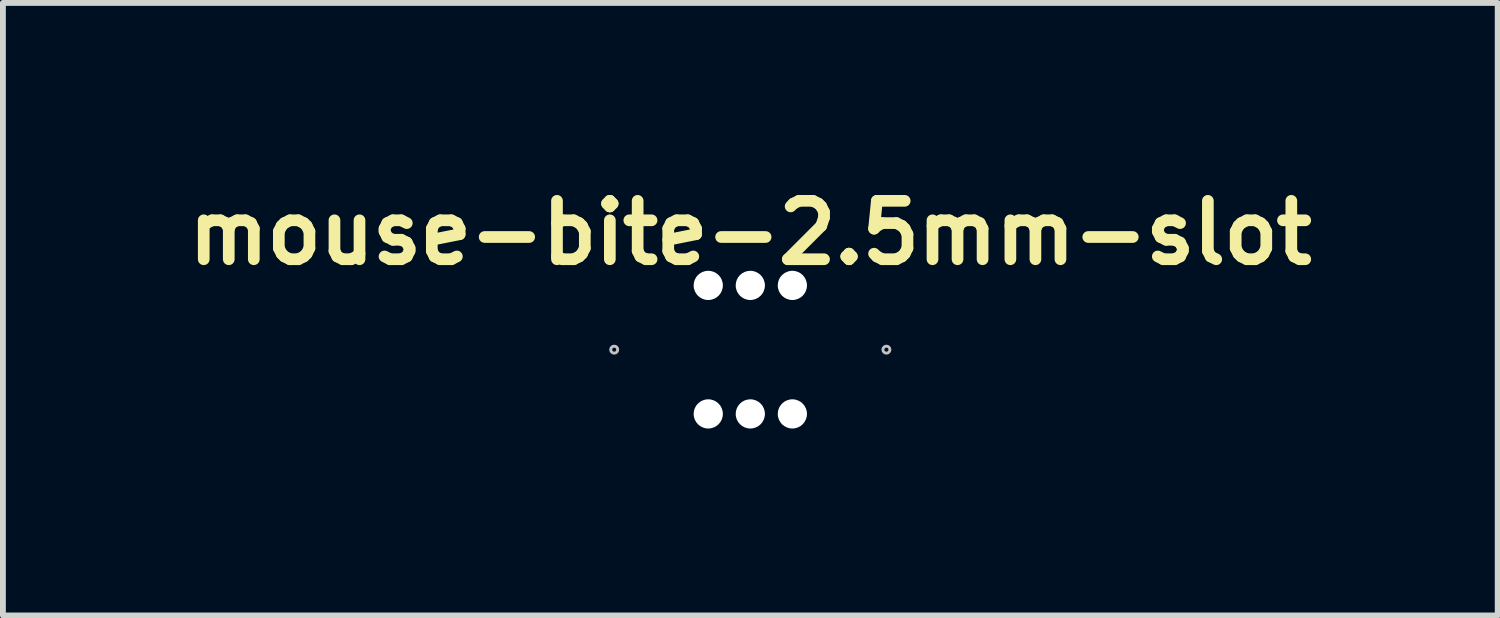
<source format=kicad_pcb>
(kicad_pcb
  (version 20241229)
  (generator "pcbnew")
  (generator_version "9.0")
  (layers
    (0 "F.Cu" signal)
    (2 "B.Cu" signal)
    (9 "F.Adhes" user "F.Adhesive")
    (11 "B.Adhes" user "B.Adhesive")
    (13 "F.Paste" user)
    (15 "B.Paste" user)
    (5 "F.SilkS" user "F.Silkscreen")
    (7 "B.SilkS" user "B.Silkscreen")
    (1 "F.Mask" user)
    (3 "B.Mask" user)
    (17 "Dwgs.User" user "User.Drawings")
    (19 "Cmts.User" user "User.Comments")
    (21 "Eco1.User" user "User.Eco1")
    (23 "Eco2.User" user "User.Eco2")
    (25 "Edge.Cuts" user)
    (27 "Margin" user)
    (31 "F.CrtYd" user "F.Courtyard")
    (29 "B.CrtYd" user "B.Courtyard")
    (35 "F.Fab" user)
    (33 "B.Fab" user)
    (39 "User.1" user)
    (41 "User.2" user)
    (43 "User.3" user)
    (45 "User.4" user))
  (footprint "mouse-bite-2.5mm-slot"
    (layer "F.Cu")
    (at 9.795 2.936)
    (property "Reference" "mouse-bite-2.5mm-slot" (at 0 -2 0) (layer "F.SilkS") (effects (font (size 1 1) (thickness 0.2))))
    (attr through_hole)
    (fp_circle (center -2.33 0) (end -2.27 0) (stroke (width 0.05) (type solid)) (fill no) (layer "Dwgs.User"))
    (fp_circle (center 2.33 0) (end 2.33 -0.06) (stroke (width 0.05) (type solid)) (fill no) (layer "Dwgs.User"))
    (fp_arc (start -2.25 -1.25) (mid -1 0) (end -2.25 1.25) (stroke (width 0.6) (type solid)) (layer "Eco1.User"))
    (fp_arc (start 2.25 1.25) (mid 1 0) (end 2.25 -1.25) (stroke (width 0.6) (type solid)) (layer "Eco1.User"))
    (pad "" np_thru_hole circle (at -0.72 -1.1) (size 0.5 0.5) (drill 0.5) (layers "*.Cu" "*.Mask"))
    (pad "" np_thru_hole circle (at -0.72 1.1) (size 0.5 0.5) (drill 0.5) (layers "*.Cu" "*.Mask"))
    (pad "" np_thru_hole circle (at 0 -1.1) (size 0.5 0.5) (drill 0.5) (layers "*.Cu" "*.Mask"))
    (pad "" np_thru_hole circle (at 0 1.1) (size 0.5 0.5) (drill 0.5) (layers "*.Cu" "*.Mask"))
    (pad "" np_thru_hole circle (at 0.72 -1.1) (size 0.5 0.5) (drill 0.5) (layers "*.Cu" "*.Mask"))
    (pad "" np_thru_hole circle (at 0.72 1.1) (size 0.5 0.5) (drill 0.5) (layers "*.Cu" "*.Mask")))
  (gr_rect
    (start -3 -3)
    (end 22.59 7.486)
    (stroke (width 0.1) (type default))
    (fill no)
    (layer "Edge.Cuts")))
</source>
